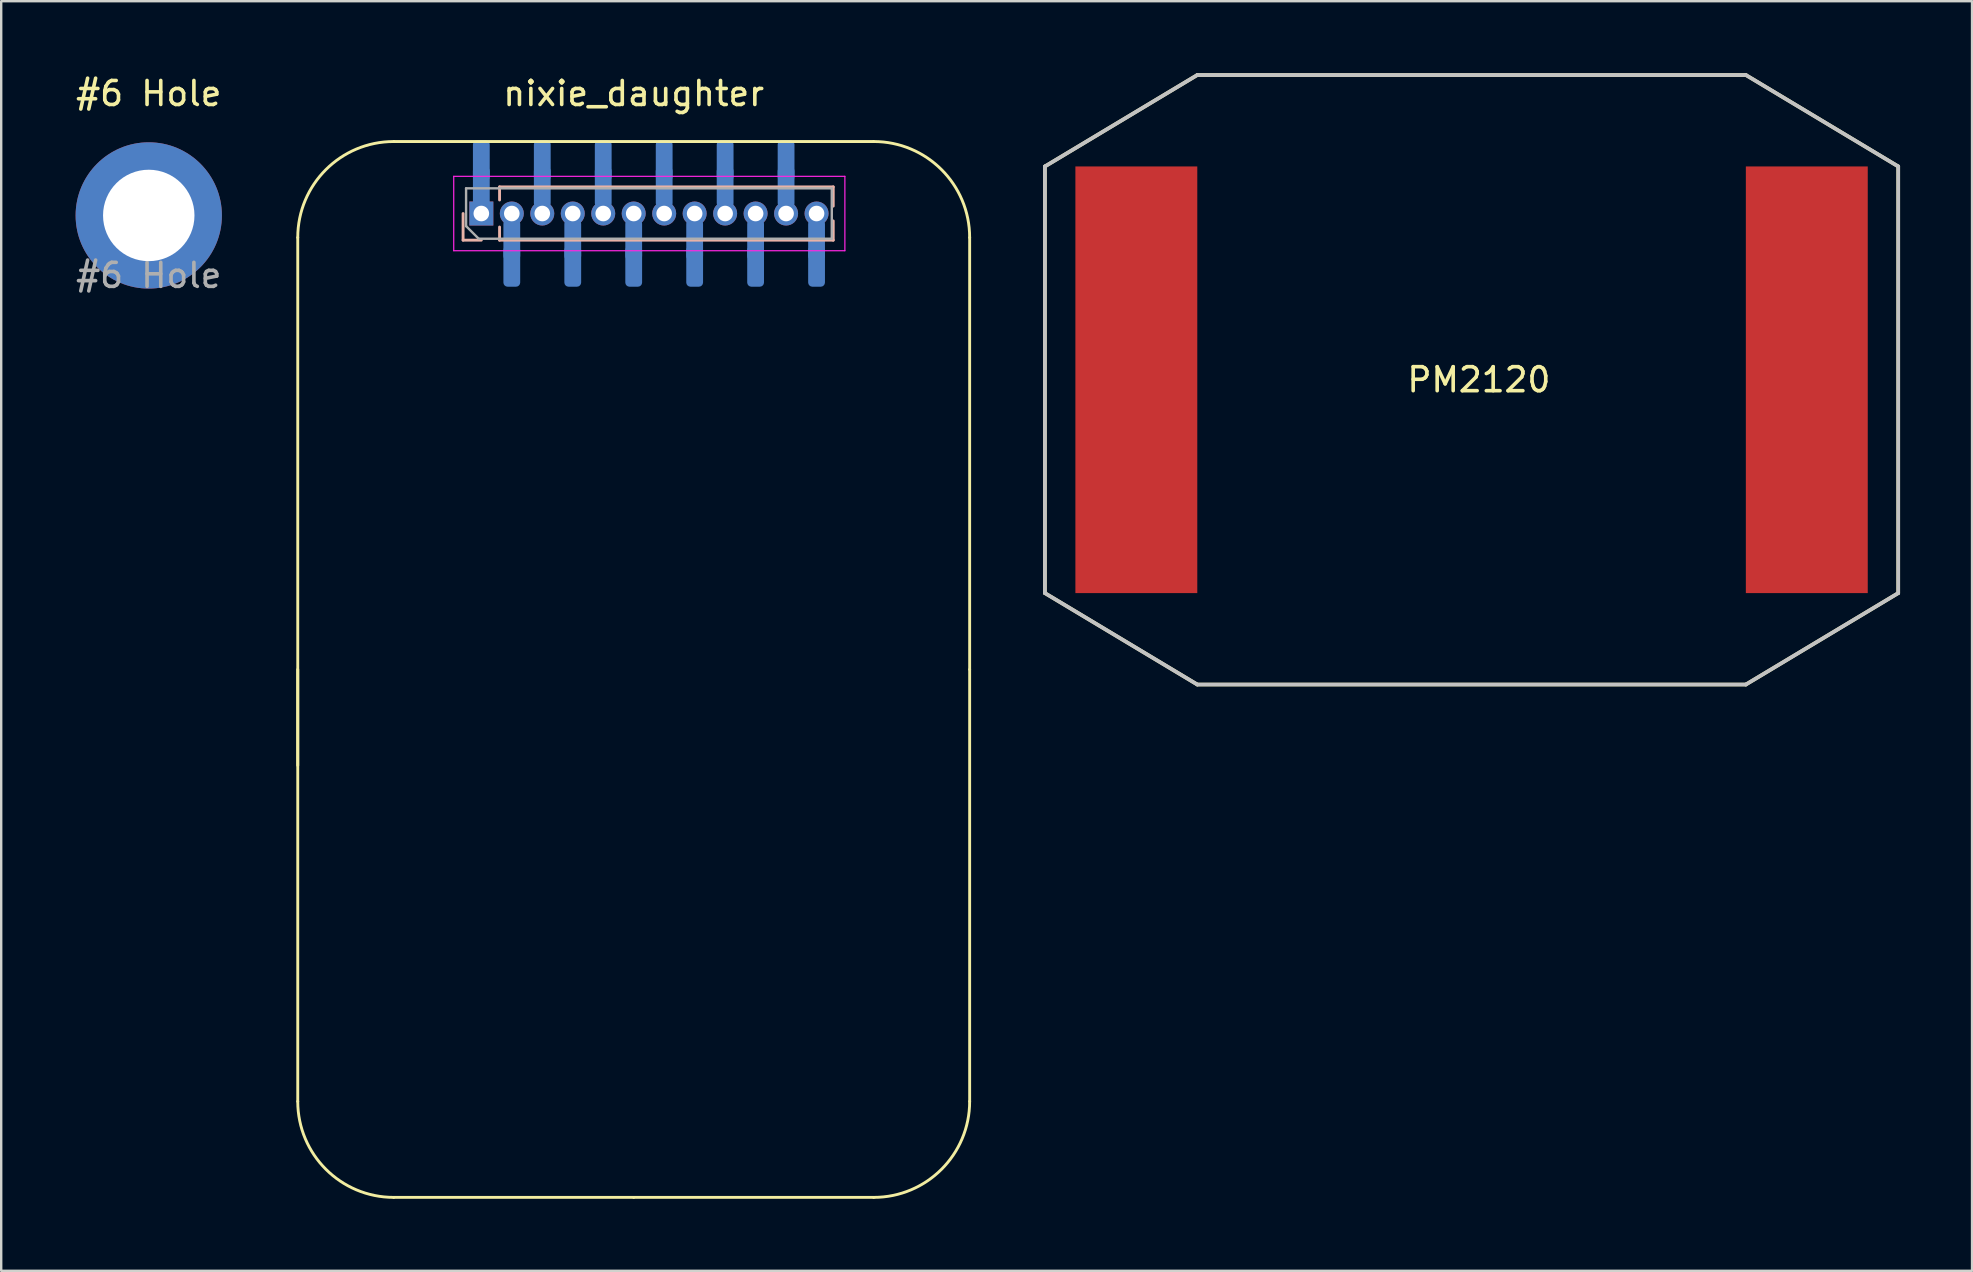
<source format=kicad_pcb>
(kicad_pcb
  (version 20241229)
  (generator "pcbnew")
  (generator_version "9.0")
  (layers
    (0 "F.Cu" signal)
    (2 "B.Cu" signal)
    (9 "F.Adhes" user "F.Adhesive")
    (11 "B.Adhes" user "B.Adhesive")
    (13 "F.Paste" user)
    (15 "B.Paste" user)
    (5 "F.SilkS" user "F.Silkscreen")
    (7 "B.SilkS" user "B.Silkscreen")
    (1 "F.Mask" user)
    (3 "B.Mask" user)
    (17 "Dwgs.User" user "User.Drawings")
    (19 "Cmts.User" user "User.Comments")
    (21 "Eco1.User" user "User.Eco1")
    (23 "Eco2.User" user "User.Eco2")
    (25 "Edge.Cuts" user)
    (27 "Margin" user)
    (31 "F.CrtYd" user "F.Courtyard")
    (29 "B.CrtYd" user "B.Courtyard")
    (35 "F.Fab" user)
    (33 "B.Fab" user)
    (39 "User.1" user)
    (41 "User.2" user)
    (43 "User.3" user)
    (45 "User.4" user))
  (footprint "nixie_daughter"
    (layer "F.Cu")
    (at 23.358 24.848)
    (property "Reference" "nixie_daughter" (at 0 -24 0) (unlocked yes) (layer "F.SilkS") (effects (font (size 1 1) (thickness 0.15))))
    (attr through_hole)
    (fp_line (start -14 0) (end -14 18) (stroke (width 0.12) (type solid)) (layer "F.SilkS"))
    (fp_line (start -14 4) (end -14 -18) (stroke (width 0.12) (type solid)) (layer "F.SilkS"))
    (fp_line (start -10 22) (end 0 22) (stroke (width 0.12) (type solid)) (layer "F.SilkS"))
    (fp_line (start 10 -22) (end -10 -22) (stroke (width 0.12) (type solid)) (layer "F.SilkS"))
    (fp_line (start 10 22) (end 0 22) (stroke (width 0.12) (type solid)) (layer "F.SilkS"))
    (fp_line (start 14 0) (end 14 -18) (stroke (width 0.12) (type solid)) (layer "F.SilkS"))
    (fp_line (start 14 0) (end 14 18) (stroke (width 0.12) (type solid)) (layer "F.SilkS"))
    (fp_arc (start -14 -18) (mid -12.828427 -20.828427) (end -10 -22) (stroke (width 0.12) (type solid)) (layer "F.SilkS"))
    (fp_arc (start -10 22) (mid -12.828427 20.828427) (end -14 18) (stroke (width 0.12) (type solid)) (layer "F.SilkS"))
    (fp_arc (start 10 -22) (mid 12.828427 -20.828427) (end 14 -18) (stroke (width 0.12) (type solid)) (layer "F.SilkS"))
    (fp_arc (start 14 18) (mid 12.828427 20.828427) (end 10 22) (stroke (width 0.12) (type solid)) (layer "F.SilkS"))
    (fp_line (start -7.11 -17.89) (end -7.11 -19) (stroke (width 0.12) (type solid)) (layer "B.SilkS"))
    (fp_line (start -6.35 -17.89) (end -7.11 -17.89) (stroke (width 0.12) (type solid)) (layer "B.SilkS"))
    (fp_line (start -5.59 -20.11) (end 8.315 -20.11) (stroke (width 0.12) (type solid)) (layer "B.SilkS"))
    (fp_line (start -5.59 -19.563) (end -5.59 -20.11) (stroke (width 0.12) (type solid)) (layer "B.SilkS"))
    (fp_line (start -5.59 -17.89) (end -5.59 -18.437) (stroke (width 0.12) (type solid)) (layer "B.SilkS"))
    (fp_line (start -5.59 -17.89) (end 8.315 -17.89) (stroke (width 0.12) (type solid)) (layer "B.SilkS"))
    (fp_line (start 8.315 -19.308) (end 8.315 -20.11) (stroke (width 0.12) (type solid)) (layer "B.SilkS"))
    (fp_line (start 8.315 -17.89) (end 8.315 -18.692) (stroke (width 0.12) (type solid)) (layer "B.SilkS"))
    (fp_line (start -7.5 -20.55) (end -7.5 -17.45) (stroke (width 0.05) (type solid)) (layer "F.CrtYd"))
    (fp_line (start -7.5 -17.45) (end 8.8 -17.45) (stroke (width 0.05) (type solid)) (layer "F.CrtYd"))
    (fp_line (start 8.8 -20.55) (end -7.5 -20.55) (stroke (width 0.05) (type solid)) (layer "F.CrtYd"))
    (fp_line (start 8.8 -17.45) (end 8.8 -20.55) (stroke (width 0.05) (type solid)) (layer "F.CrtYd"))
    (fp_line (start -6.985 -20.05) (end 8.255 -20.05) (stroke (width 0.1) (type solid)) (layer "F.Fab"))
    (fp_line (start -6.985 -18.475) (end -6.985 -20.05) (stroke (width 0.1) (type solid)) (layer "F.Fab"))
    (fp_line (start -6.46 -17.95) (end -6.985 -18.475) (stroke (width 0.1) (type solid)) (layer "F.Fab"))
    (fp_line (start 8.255 -20.05) (end 8.255 -17.95) (stroke (width 0.1) (type solid)) (layer "F.Fab"))
    (fp_line (start 8.255 -17.95) (end -6.46 -17.95) (stroke (width 0.1) (type solid)) (layer "F.Fab"))
    (pad "1" smd roundrect (at -6.35 -19 180) (size 0.7 1.7) (drill (offset 0 1.1)) (layers "B.Cu") (roundrect_rratio 0.25))
    (pad "1" smd roundrect (at -6.35 -19 180) (size 0.7 1.7) (drill (offset 0 2.2)) (layers "B.Cu" "B.Mask" "B.Paste") (roundrect_rratio 0.25))
    (pad "1" thru_hole rect (at -6.35 -19 90) (size 1 1) (drill 0.65) (layers "*.Cu" "*.Mask"))
    (pad "2" smd roundrect (at -5.08 -19) (size 0.7 1.7) (drill (offset 0 1.1)) (layers "B.Cu") (roundrect_rratio 0.25))
    (pad "2" smd roundrect (at -5.08 -19) (size 0.7 1.7) (drill (offset 0 2.2)) (layers "B.Cu" "B.Mask" "B.Paste") (roundrect_rratio 0.25))
    (pad "2" thru_hole oval (at -5.08 -19 90) (size 1 1) (drill 0.65) (layers "*.Cu" "*.Mask"))
    (pad "3" smd roundrect (at -3.81 -19 180) (size 0.7 1.7) (drill (offset 0 1.1)) (layers "B.Cu") (roundrect_rratio 0.25))
    (pad "3" smd roundrect (at -3.81 -19 180) (size 0.7 1.7) (drill (offset 0 2.2)) (layers "B.Cu" "B.Mask" "B.Paste") (roundrect_rratio 0.25))
    (pad "3" thru_hole oval (at -3.81 -19 90) (size 1 1) (drill 0.65) (layers "*.Cu" "*.Mask"))
    (pad "4" smd roundrect (at -2.54 -19) (size 0.7 1.7) (drill (offset 0 1.1)) (layers "B.Cu") (roundrect_rratio 0.25))
    (pad "4" smd roundrect (at -2.54 -19) (size 0.7 1.7) (drill (offset 0 2.2)) (layers "B.Cu" "B.Mask" "B.Paste") (roundrect_rratio 0.25))
    (pad "4" thru_hole oval (at -2.54 -19 90) (size 1 1) (drill 0.65) (layers "*.Cu" "*.Mask"))
    (pad "5" smd roundrect (at -1.27 -19 180) (size 0.7 1.7) (drill (offset 0 1.1)) (layers "B.Cu") (roundrect_rratio 0.25))
    (pad "5" smd roundrect (at -1.27 -19 180) (size 0.7 1.7) (drill (offset 0 2.2)) (layers "B.Cu" "B.Mask" "B.Paste") (roundrect_rratio 0.25))
    (pad "5" thru_hole oval (at -1.27 -19 90) (size 1 1) (drill 0.65) (layers "*.Cu" "*.Mask"))
    (pad "6" smd roundrect (at 0 -19) (size 0.7 1.7) (drill (offset 0 1.1)) (layers "B.Cu") (roundrect_rratio 0.25))
    (pad "6" smd roundrect (at 0 -19) (size 0.7 1.7) (drill (offset 0 2.2)) (layers "B.Cu" "B.Mask" "B.Paste") (roundrect_rratio 0.25))
    (pad "6" thru_hole oval (at 0 -19 180) (size 1 1) (drill 0.65) (layers "*.Cu" "*.Mask"))
    (pad "7" smd roundrect (at 1.27 -19 180) (size 0.7 1.7) (drill (offset 0 1.1)) (layers "B.Cu") (roundrect_rratio 0.25))
    (pad "7" smd roundrect (at 1.27 -19 180) (size 0.7 1.7) (drill (offset 0 2.2)) (layers "B.Cu" "B.Mask" "B.Paste") (roundrect_rratio 0.25))
    (pad "7" thru_hole oval (at 1.27 -19 90) (size 1 1) (drill 0.65) (layers "*.Cu" "*.Mask"))
    (pad "8" smd roundrect (at 2.54 -19) (size 0.7 1.7) (drill (offset 0 1.1)) (layers "B.Cu") (roundrect_rratio 0.25))
    (pad "8" smd roundrect (at 2.54 -19) (size 0.7 1.7) (drill (offset 0 2.2)) (layers "B.Cu" "B.Mask" "B.Paste") (roundrect_rratio 0.25))
    (pad "8" thru_hole oval (at 2.54 -19 90) (size 1 1) (drill 0.65) (layers "*.Cu" "*.Mask"))
    (pad "9" smd roundrect (at 3.81 -19 180) (size 0.7 1.7) (drill (offset 0 1.1)) (layers "B.Cu") (roundrect_rratio 0.25))
    (pad "9" smd roundrect (at 3.81 -19 180) (size 0.7 1.7) (drill (offset 0 2.2)) (layers "B.Cu" "B.Mask" "B.Paste") (roundrect_rratio 0.25))
    (pad "9" thru_hole oval (at 3.81 -19 90) (size 1 1) (drill 0.65) (layers "*.Cu" "*.Mask"))
    (pad "10" smd roundrect (at 5.08 -19) (size 0.7 1.7) (drill (offset 0 1.1)) (layers "B.Cu") (roundrect_rratio 0.25))
    (pad "10" smd roundrect (at 5.08 -19) (size 0.7 1.7) (drill (offset 0 2.2)) (layers "B.Cu" "B.Mask" "B.Paste") (roundrect_rratio 0.25))
    (pad "10" thru_hole oval (at 5.08 -19 90) (size 1 1) (drill 0.65) (layers "*.Cu" "*.Mask"))
    (pad "11" smd roundrect (at 6.35 -19 180) (size 0.7 1.7) (drill (offset 0 1.1)) (layers "B.Cu") (roundrect_rratio 0.25))
    (pad "11" smd roundrect (at 6.35 -19 180) (size 0.7 1.7) (drill (offset 0 2.2)) (layers "B.Cu" "B.Mask" "B.Paste") (roundrect_rratio 0.25))
    (pad "11" thru_hole oval (at 6.35 -19 90) (size 1 1) (drill 0.65) (layers "*.Cu" "*.Mask"))
    (pad "12" smd roundrect (at 7.62 -19) (size 0.7 1.7) (drill (offset 0 1.1)) (layers "B.Cu") (roundrect_rratio 0.25))
    (pad "12" smd roundrect (at 7.62 -19) (size 0.7 1.7) (drill (offset 0 2.2)) (layers "B.Cu" "B.Mask" "B.Paste") (roundrect_rratio 0.25))
    (pad "12" thru_hole oval (at 7.62 -19 90) (size 1 1) (drill 0.65) (layers "*.Cu" "*.Mask")))
  (footprint "#6 Hole"
    (layer "F.Cu")
    (at 3.149 5.928)
    (property "Reference" "#6 Hole" (at 0 -5.08 0) (unlocked yes) (layer "F.SilkS") (effects (font (size 1 1) (thickness 0.15))))
    (fp_text user "${REFERENCE}" (at 0 2.5 0) (unlocked yes) (layer "F.Fab") (effects (font (size 1 1) (thickness 0.15))))
    (pad "" thru_hole circle (at 0 0) (size 6.096 6.096) (drill 3.81) (layers "*.Cu" "*.Mask")))
  (footprint "PM2120"
    (layer "F.Cu")
    (at 58.274 12.776)
    (property "Reference" "PM2120" (at 0.305 0 0) (layer "F.SilkS") (effects (font (size 1 1) (thickness 0.15))))
    (attr through_hole)
    (fp_line (start -17.78 -8.89) (end -11.43 -12.7) (stroke (width 0.152) (type solid)) (layer "F.SilkS"))
    (fp_line (start -17.78 8.89) (end -17.78 -8.89) (stroke (width 0.152) (type solid)) (layer "F.SilkS"))
    (fp_line (start -11.43 -12.7) (end 11.43 -12.7) (stroke (width 0.152) (type solid)) (layer "F.SilkS"))
    (fp_line (start -11.43 12.7) (end -17.78 8.89) (stroke (width 0.152) (type solid)) (layer "F.SilkS"))
    (fp_line (start 11.43 -12.7) (end 17.78 -8.89) (stroke (width 0.152) (type solid)) (layer "F.SilkS"))
    (fp_line (start 11.43 12.7) (end -11.43 12.7) (stroke (width 0.152) (type solid)) (layer "F.SilkS"))
    (fp_line (start 17.78 -8.89) (end 17.78 8.89) (stroke (width 0.152) (type solid)) (layer "F.SilkS"))
    (fp_line (start 17.78 8.89) (end 11.43 12.7) (stroke (width 0.152) (type solid)) (layer "F.SilkS"))
    (fp_line (start -17.78 -8.89) (end -11.43 -12.7) (stroke (width 0.152) (type solid)) (layer "Dwgs.User"))
    (fp_line (start -17.78 8.89) (end -17.78 -8.89) (stroke (width 0.152) (type solid)) (layer "Dwgs.User"))
    (fp_line (start -11.43 -12.7) (end 11.43 -12.7) (stroke (width 0.152) (type solid)) (layer "Dwgs.User"))
    (fp_line (start -11.43 12.7) (end -17.78 8.89) (stroke (width 0.152) (type solid)) (layer "Dwgs.User"))
    (fp_line (start 11.43 -12.7) (end 17.78 -8.89) (stroke (width 0.152) (type solid)) (layer "Dwgs.User"))
    (fp_line (start 11.43 12.7) (end -11.43 12.7) (stroke (width 0.152) (type solid)) (layer "Dwgs.User"))
    (fp_line (start 17.78 -8.89) (end 17.78 8.89) (stroke (width 0.152) (type solid)) (layer "Dwgs.User"))
    (fp_line (start 17.78 8.89) (end 11.43 12.7) (stroke (width 0.152) (type solid)) (layer "Dwgs.User"))
    (pad "1" smd rect (at -13.97 0) (size 5.08 17.78) (layers "F.Cu" "F.Mask" "F.Paste"))
    (pad "2" smd rect (at 13.97 0) (size 5.08 17.78) (layers "F.Cu" "F.Mask" "F.Paste")))
  (gr_rect
    (start -3 -3)
    (end 79.13 49.908)
    (stroke (width 0.1) (type default))
    (fill no)
    (layer "Edge.Cuts")))
</source>
